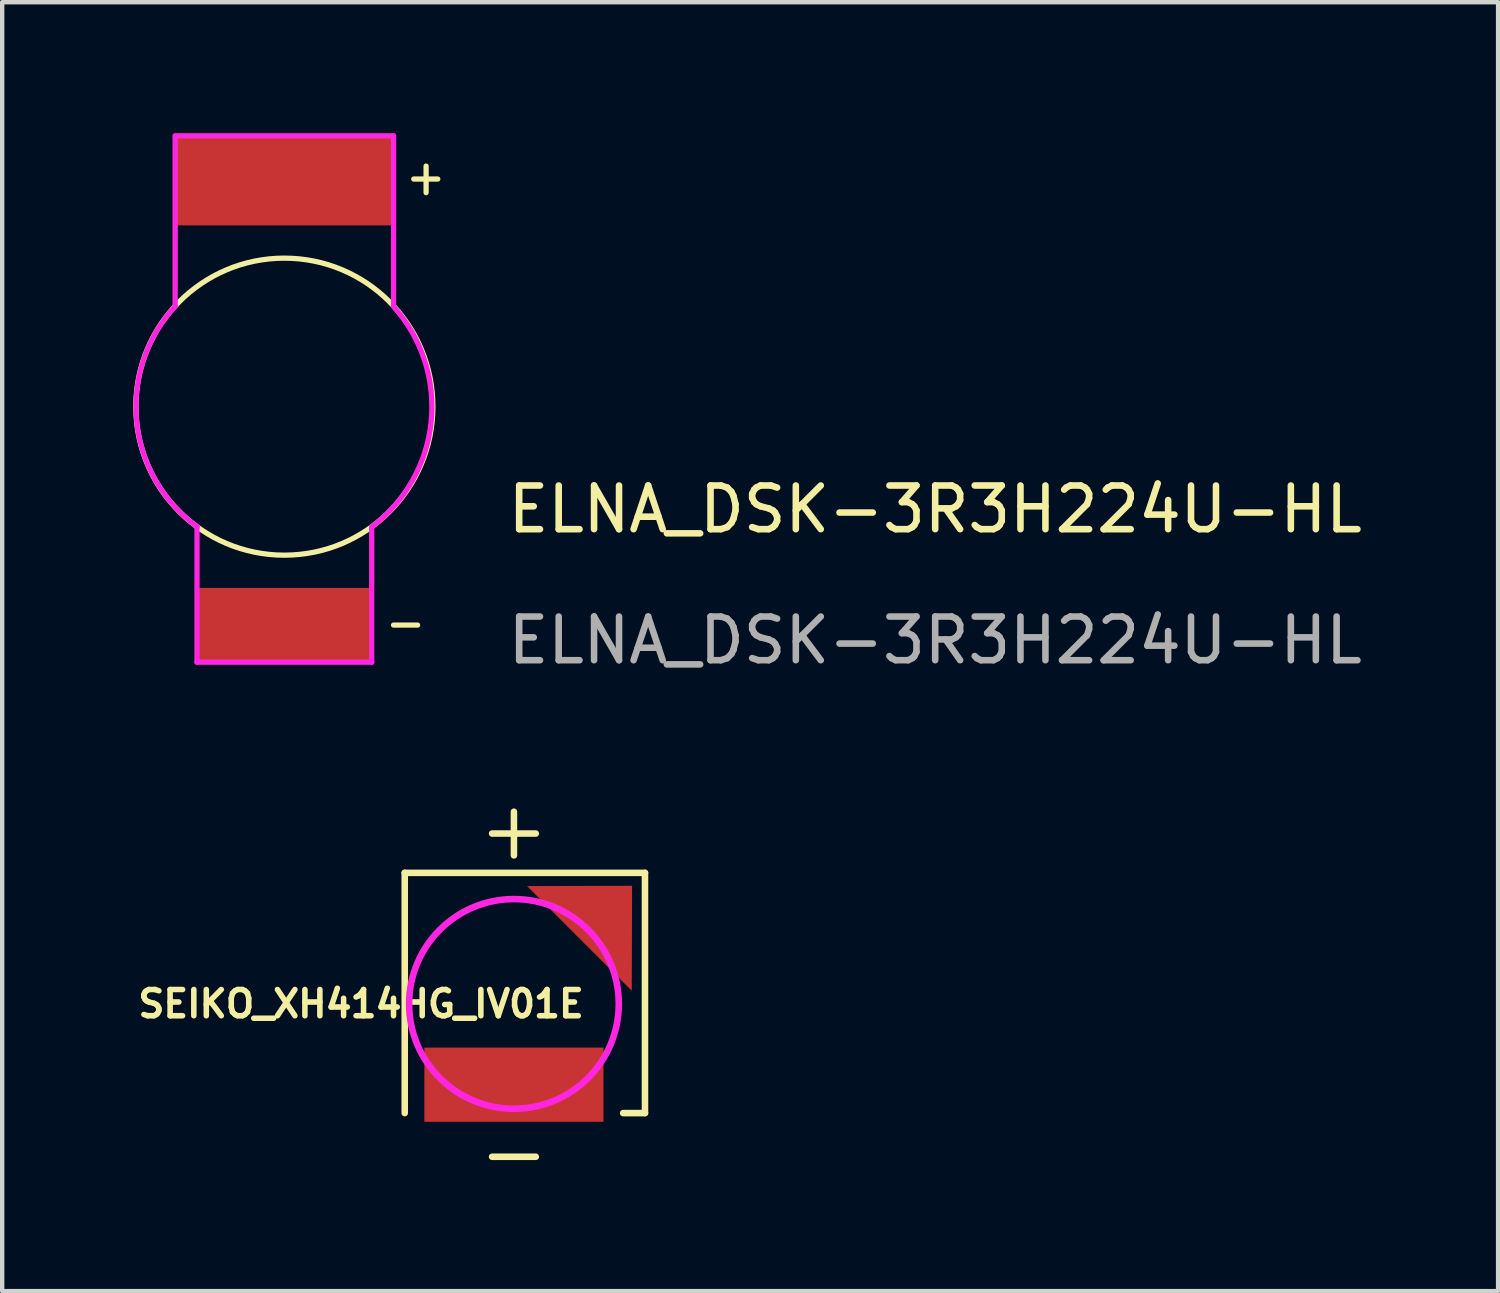
<source format=kicad_pcb>
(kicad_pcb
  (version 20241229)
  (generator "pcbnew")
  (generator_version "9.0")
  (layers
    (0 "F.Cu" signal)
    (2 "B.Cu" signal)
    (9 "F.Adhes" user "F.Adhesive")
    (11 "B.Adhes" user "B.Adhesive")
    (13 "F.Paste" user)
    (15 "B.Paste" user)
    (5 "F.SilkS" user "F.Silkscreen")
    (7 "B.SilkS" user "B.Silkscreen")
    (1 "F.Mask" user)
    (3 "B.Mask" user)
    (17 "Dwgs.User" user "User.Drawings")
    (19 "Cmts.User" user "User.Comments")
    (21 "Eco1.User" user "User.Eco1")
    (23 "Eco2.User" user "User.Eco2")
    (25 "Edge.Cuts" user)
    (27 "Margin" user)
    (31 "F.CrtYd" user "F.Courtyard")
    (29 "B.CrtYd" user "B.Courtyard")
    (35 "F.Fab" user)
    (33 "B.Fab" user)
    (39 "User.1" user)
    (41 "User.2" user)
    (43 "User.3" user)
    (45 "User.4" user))
  (footprint "SEIKO_XH414HG_IV01E"
    (layer "F.Cu")
    (at 8.716 19.933)
    (property "Reference" "SEIKO_XH414HG_IV01E" (at -3.5 0 0) (layer "F.SilkS") (effects (font (size 0.6 0.6) (thickness 0.127))))
    (attr through_hole)
    (fp_line (start -2.5 -3) (end -2.5 2.5) (stroke (width 0.15) (type solid)) (layer "F.SilkS"))
    (fp_line (start -0.5 -3.9) (end 0.5 -3.9) (stroke (width 0.15) (type solid)) (layer "F.SilkS"))
    (fp_line (start -0.5 3.5) (end 0.5 3.5) (stroke (width 0.15) (type solid)) (layer "F.SilkS"))
    (fp_line (start 0 -4.4) (end 0 -3.4) (stroke (width 0.15) (type solid)) (layer "F.SilkS"))
    (fp_line (start 3 -3) (end -2.5 -3) (stroke (width 0.15) (type solid)) (layer "F.SilkS"))
    (fp_line (start 3 -3) (end 3 2.5) (stroke (width 0.15) (type solid)) (layer "F.SilkS"))
    (fp_line (start 3 2.5) (end 2.5 2.5) (stroke (width 0.15) (type solid)) (layer "F.SilkS"))
    (fp_circle (center 0 0) (end 2.4 0) (stroke (width 0.15) (type solid)) (fill no) (layer "F.CrtYd"))
    (pad "1" smd trapezoid (at 2.1 -2.1 315) (size 1.7 1.7) (rect_delta 0 1.69) (layers "F.Cu" "F.Mask" "F.Paste"))
    (pad "2" smd rect (at 0 1.85) (size 4.1 1.7) (layers "F.Cu" "F.Mask" "F.Paste")))
  (footprint "ELNA_DSK-3R3H224U-HL"
    (layer "F.Cu")
    (at 3.46 6.26)
    (property "Reference" "ELNA_DSK-3R3H224U-HL" (at 14.9 2.35 0) (unlocked yes) (layer "F.SilkS") (effects (font (size 1 1) (thickness 0.15))))
    (attr through_hole)
    (fp_line (start 2.5 5) (end 3.05 5) (stroke (width 0.12) (type solid)) (layer "F.SilkS"))
    (fp_line (start 2.962 -5.211) (end 3.512 -5.211) (stroke (width 0.12) (type solid)) (layer "F.SilkS"))
    (fp_line (start 3.245 -4.9) (end 3.245 -5.508) (stroke (width 0.12) (type solid)) (layer "F.SilkS"))
    (fp_circle (center 0 0) (end 3.4 0) (stroke (width 0.12) (type solid)) (fill no) (layer "F.SilkS"))
    (fp_line (start -2.5 -6.2) (end -2.5 -2.3) (stroke (width 0.12) (type solid)) (layer "F.CrtYd"))
    (fp_line (start -2.5 -6.2) (end 2.5 -6.2) (stroke (width 0.12) (type solid)) (layer "F.CrtYd"))
    (fp_line (start -2 5.85) (end -2 2.75) (stroke (width 0.12) (type solid)) (layer "F.CrtYd"))
    (fp_line (start -2 5.85) (end 2 5.85) (stroke (width 0.12) (type solid)) (layer "F.CrtYd"))
    (fp_line (start 2 5.85) (end 2 2.75) (stroke (width 0.12) (type solid)) (layer "F.CrtYd"))
    (fp_line (start 2.5 -6.2) (end 2.5 -2.3) (stroke (width 0.12) (type solid)) (layer "F.CrtYd"))
    (fp_arc (start -1.998052 2.747322) (mid -3.380381 0.336173) (end -2.499999 -2.299999) (stroke (width 0.12) (type solid)) (layer "F.CrtYd"))
    (fp_arc (start 2.496411 -2.29677) (mid 3.361243 0.336096) (end 2 2.75) (stroke (width 0.12) (type solid)) (layer "F.CrtYd"))
    (fp_text user "${REFERENCE}" (at 14.9 5.35 0) (unlocked yes) (layer "F.Fab") (effects (font (size 1 1) (thickness 0.15))))
    (pad "1" smd rect (at 0 5) (size 4 1.7) (layers "F.Cu" "F.Mask" "F.Paste"))
    (pad "2" smd rect (at 0 -5.15) (size 5 2) (layers "F.Cu" "F.Mask" "F.Paste")))
  (gr_rect
    (start -3 -3)
    (end 31.247 26.508)
    (stroke (width 0.1) (type default))
    (fill no)
    (layer "Edge.Cuts")))
</source>
